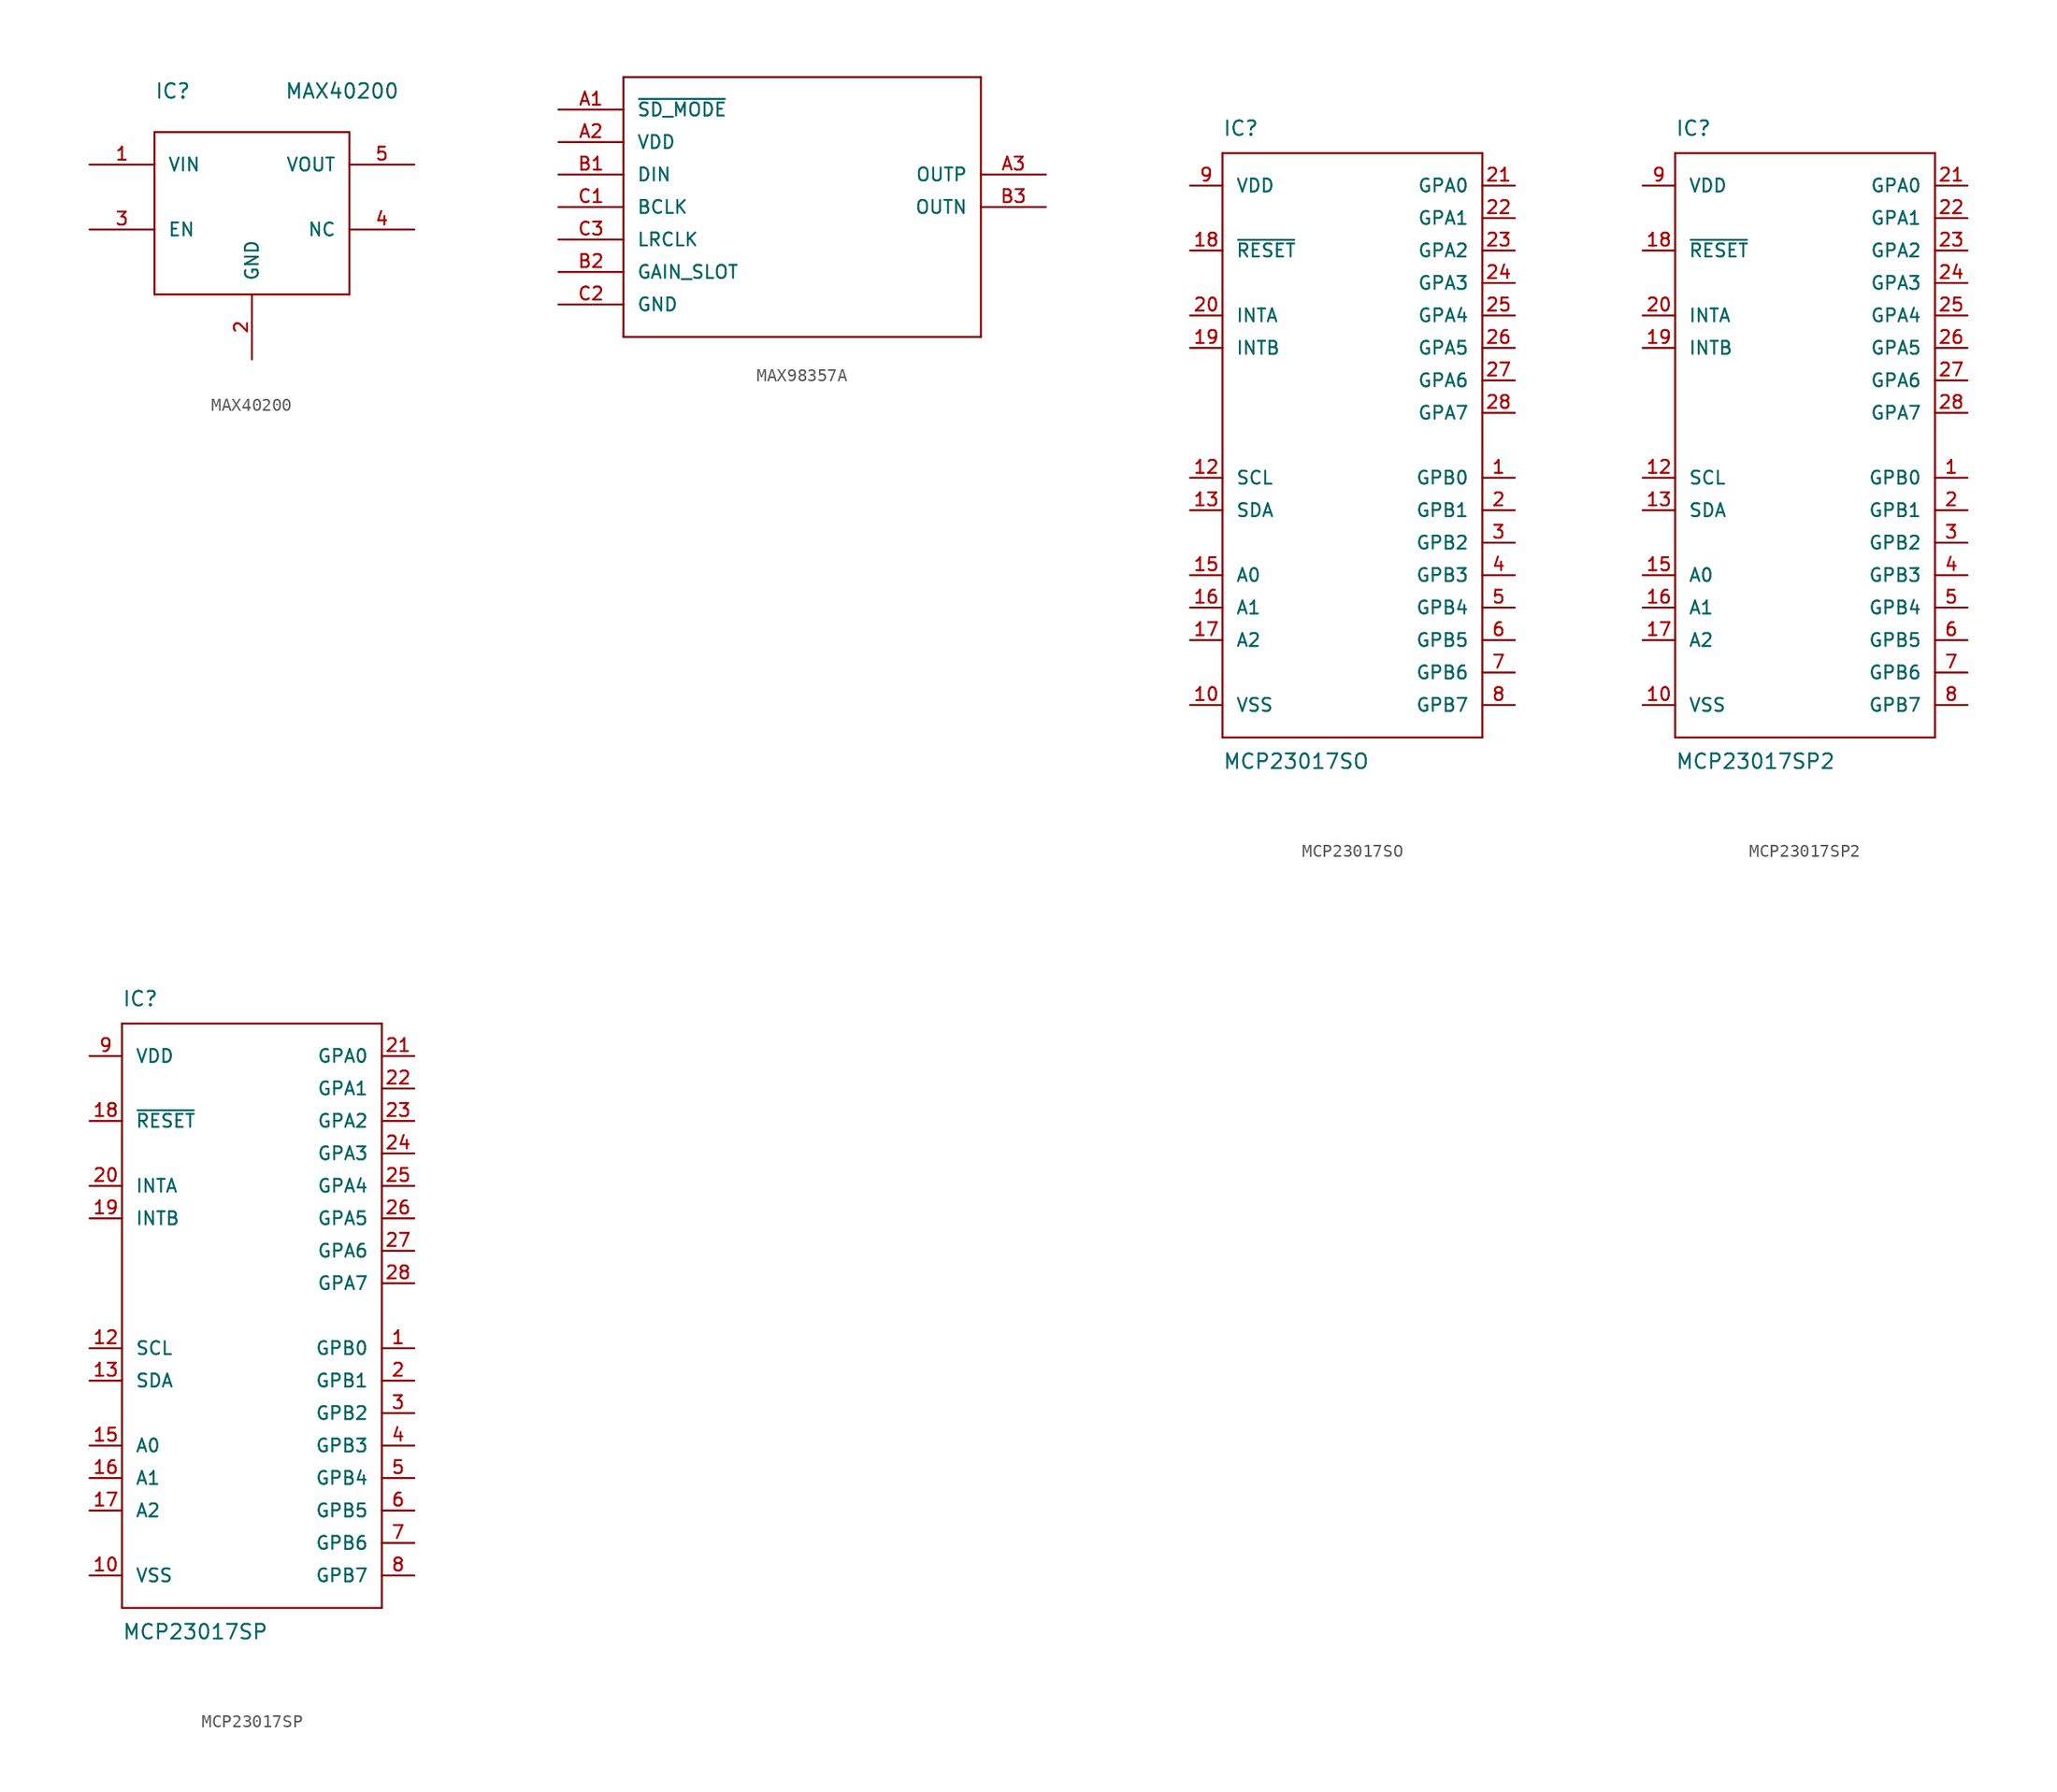
<source format=kicad_sym>
(kicad_symbol_lib
  (version 20211014)
  (generator kicad_symbol_editor)
  (symbol "MAX40200"
    (pin_names
      (offset 1.016))
    (property "Reference" "IC"
      (at -7.62 10.16 0)
      (effects (font (size 1.143 1.143)) (justify left bottom)))
    (property "Value" "MAX40200"
      (at 2.54 10.16 0)
      (effects (font (size 1.143 1.143)) (justify left bottom)))
    (property "ki_locked" ""
      (at 0 0 0)
      (effects (font (size 1.27 1.27))))
    (symbol "MAX40200_1_0"
      (polyline (pts (xy -7.62 -5.08) (xy 7.62 -5.08)) (stroke (width 0) (type default) (color 0 0 0 0)) (fill (type none)))
      (polyline (pts (xy -7.62 7.62) (xy -7.62 -5.08)) (stroke (width 0) (type default) (color 0 0 0 0)) (fill (type none)))
      (polyline (pts (xy 7.62 -5.08) (xy 7.62 7.62)) (stroke (width 0) (type default) (color 0 0 0 0)) (fill (type none)))
      (polyline (pts (xy 7.62 7.62) (xy -7.62 7.62)) (stroke (width 0) (type default) (color 0 0 0 0)) (fill (type none))))
    (symbol "MAX40200_1_1"
      (pin power_in line (at -12.7 5.08 0) (length 5.08) (name "VIN" (effects (font (size 1.016 1.016)))) (number "1" (effects (font (size 1.016 1.016)))))
      (pin power_in line (at 0 -10.16 90) (length 5.08) (name "GND" (effects (font (size 1.016 1.016)))) (number "2" (effects (font (size 1.016 1.016)))))
      (pin input line (at -12.7 0 0) (length 5.08) (name "EN" (effects (font (size 1.016 1.016)))) (number "3" (effects (font (size 1.016 1.016)))))
      (pin unspecified line (at 12.7 0 180) (length 5.08) (name "NC" (effects (font (size 1.016 1.016)))) (number "4" (effects (font (size 1.016 1.016)))))
      (pin power_in line (at 12.7 5.08 180) (length 5.08) (name "VOUT" (effects (font (size 1.016 1.016)))) (number "5" (effects (font (size 1.016 1.016)))))))
  (symbol "MAX98357A"
    (pin_names
      (offset 1.016))
    (property "Reference" "U"
      (at 0 0 0)
      (effects (font (size 1.143 1.143)) hide))
    (property "ki_locked" ""
      (at 0 0 0)
      (effects (font (size 1.27 1.27))))
    (symbol "MAX98357A_1_0"
      (polyline (pts (xy -12.7 -10.16) (xy 15.24 -10.16)) (stroke (width 0) (type default) (color 0 0 0 0)) (fill (type none)))
      (polyline (pts (xy -12.7 10.16) (xy -12.7 -10.16)) (stroke (width 0) (type default) (color 0 0 0 0)) (fill (type none)))
      (polyline (pts (xy 15.24 -10.16) (xy 15.24 10.16)) (stroke (width 0) (type default) (color 0 0 0 0)) (fill (type none)))
      (polyline (pts (xy 15.24 10.16) (xy -12.7 10.16)) (stroke (width 0) (type default) (color 0 0 0 0)) (fill (type none))))
    (symbol "MAX98357A_1_1"
      (pin bidirectional line (at -17.78 7.62 0) (length 5.08) (name "~{SD_MODE}" (effects (font (size 1.016 1.016)))) (number "A1" (effects (font (size 1.016 1.016)))))
      (pin bidirectional line (at -17.78 5.08 0) (length 5.08) (name "VDD" (effects (font (size 1.016 1.016)))) (number "A2" (effects (font (size 1.016 1.016)))))
      (pin bidirectional line (at 20.32 2.54 180) (length 5.08) (name "OUTP" (effects (font (size 1.016 1.016)))) (number "A3" (effects (font (size 1.016 1.016)))))
      (pin bidirectional line (at -17.78 2.54 0) (length 5.08) (name "DIN" (effects (font (size 1.016 1.016)))) (number "B1" (effects (font (size 1.016 1.016)))))
      (pin bidirectional line (at -17.78 -5.08 0) (length 5.08) (name "GAIN_SLOT" (effects (font (size 1.016 1.016)))) (number "B2" (effects (font (size 1.016 1.016)))))
      (pin bidirectional line (at 20.32 0 180) (length 5.08) (name "OUTN" (effects (font (size 1.016 1.016)))) (number "B3" (effects (font (size 1.016 1.016)))))
      (pin bidirectional line (at -17.78 0 0) (length 5.08) (name "BCLK" (effects (font (size 1.016 1.016)))) (number "C1" (effects (font (size 1.016 1.016)))))
      (pin bidirectional line (at -17.78 -7.62 0) (length 5.08) (name "GND" (effects (font (size 1.016 1.016)))) (number "C2" (effects (font (size 1.016 1.016)))))
      (pin bidirectional line (at -17.78 -2.54 0) (length 5.08) (name "LRCLK" (effects (font (size 1.016 1.016)))) (number "C3" (effects (font (size 1.016 1.016)))))))
  (symbol "MCP23017SO"
    (pin_names
      (offset 1.016))
    (property "Reference" "IC"
      (at -10.16 24.13 0)
      (effects (font (size 1.143 1.143)) (justify left bottom)))
    (property "Value" "MCP23017SO"
      (at -10.16 -25.4 0)
      (effects (font (size 1.143 1.143)) (justify left bottom)))
    (property "ki_locked" ""
      (at 0 0 0)
      (effects (font (size 1.27 1.27))))
    (symbol "MCP23017SO_1_0"
      (polyline (pts (xy -10.16 -22.86) (xy -10.16 22.86)) (stroke (width 0) (type default) (color 0 0 0 0)) (fill (type none)))
      (polyline (pts (xy -10.16 22.86) (xy 10.16 22.86)) (stroke (width 0) (type default) (color 0 0 0 0)) (fill (type none)))
      (polyline (pts (xy 10.16 -22.86) (xy -10.16 -22.86)) (stroke (width 0) (type default) (color 0 0 0 0)) (fill (type none)))
      (polyline (pts (xy 10.16 22.86) (xy 10.16 -22.86)) (stroke (width 0) (type default) (color 0 0 0 0)) (fill (type none))))
    (symbol "MCP23017SO_1_1"
      (pin bidirectional line (at 12.7 -2.54 180) (length 2.54) (name "GPB0" (effects (font (size 1.016 1.016)))) (number "1" (effects (font (size 1.016 1.016)))))
      (pin power_in line (at -12.7 -20.32 0) (length 2.54) (name "VSS" (effects (font (size 1.016 1.016)))) (number "10" (effects (font (size 1.016 1.016)))))
      (pin input line (at -12.7 -2.54 0) (length 2.54) (name "SCL" (effects (font (size 1.016 1.016)))) (number "12" (effects (font (size 1.016 1.016)))))
      (pin bidirectional line (at -12.7 -5.08 0) (length 2.54) (name "SDA" (effects (font (size 1.016 1.016)))) (number "13" (effects (font (size 1.016 1.016)))))
      (pin input line (at -12.7 -10.16 0) (length 2.54) (name "A0" (effects (font (size 1.016 1.016)))) (number "15" (effects (font (size 1.016 1.016)))))
      (pin input line (at -12.7 -12.7 0) (length 2.54) (name "A1" (effects (font (size 1.016 1.016)))) (number "16" (effects (font (size 1.016 1.016)))))
      (pin input line (at -12.7 -15.24 0) (length 2.54) (name "A2" (effects (font (size 1.016 1.016)))) (number "17" (effects (font (size 1.016 1.016)))))
      (pin input line (at -12.7 15.24 0) (length 2.54) (name "~{RESET}" (effects (font (size 1.016 1.016)))) (number "18" (effects (font (size 1.016 1.016)))))
      (pin output line (at -12.7 7.62 0) (length 2.54) (name "INTB" (effects (font (size 1.016 1.016)))) (number "19" (effects (font (size 1.016 1.016)))))
      (pin bidirectional line (at 12.7 -5.08 180) (length 2.54) (name "GPB1" (effects (font (size 1.016 1.016)))) (number "2" (effects (font (size 1.016 1.016)))))
      (pin output line (at -12.7 10.16 0) (length 2.54) (name "INTA" (effects (font (size 1.016 1.016)))) (number "20" (effects (font (size 1.016 1.016)))))
      (pin bidirectional line (at 12.7 20.32 180) (length 2.54) (name "GPA0" (effects (font (size 1.016 1.016)))) (number "21" (effects (font (size 1.016 1.016)))))
      (pin bidirectional line (at 12.7 17.78 180) (length 2.54) (name "GPA1" (effects (font (size 1.016 1.016)))) (number "22" (effects (font (size 1.016 1.016)))))
      (pin bidirectional line (at 12.7 15.24 180) (length 2.54) (name "GPA2" (effects (font (size 1.016 1.016)))) (number "23" (effects (font (size 1.016 1.016)))))
      (pin bidirectional line (at 12.7 12.7 180) (length 2.54) (name "GPA3" (effects (font (size 1.016 1.016)))) (number "24" (effects (font (size 1.016 1.016)))))
      (pin bidirectional line (at 12.7 10.16 180) (length 2.54) (name "GPA4" (effects (font (size 1.016 1.016)))) (number "25" (effects (font (size 1.016 1.016)))))
      (pin bidirectional line (at 12.7 7.62 180) (length 2.54) (name "GPA5" (effects (font (size 1.016 1.016)))) (number "26" (effects (font (size 1.016 1.016)))))
      (pin bidirectional line (at 12.7 5.08 180) (length 2.54) (name "GPA6" (effects (font (size 1.016 1.016)))) (number "27" (effects (font (size 1.016 1.016)))))
      (pin bidirectional line (at 12.7 2.54 180) (length 2.54) (name "GPA7" (effects (font (size 1.016 1.016)))) (number "28" (effects (font (size 1.016 1.016)))))
      (pin bidirectional line (at 12.7 -7.62 180) (length 2.54) (name "GPB2" (effects (font (size 1.016 1.016)))) (number "3" (effects (font (size 1.016 1.016)))))
      (pin bidirectional line (at 12.7 -10.16 180) (length 2.54) (name "GPB3" (effects (font (size 1.016 1.016)))) (number "4" (effects (font (size 1.016 1.016)))))
      (pin bidirectional line (at 12.7 -12.7 180) (length 2.54) (name "GPB4" (effects (font (size 1.016 1.016)))) (number "5" (effects (font (size 1.016 1.016)))))
      (pin bidirectional line (at 12.7 -15.24 180) (length 2.54) (name "GPB5" (effects (font (size 1.016 1.016)))) (number "6" (effects (font (size 1.016 1.016)))))
      (pin bidirectional line (at 12.7 -17.78 180) (length 2.54) (name "GPB6" (effects (font (size 1.016 1.016)))) (number "7" (effects (font (size 1.016 1.016)))))
      (pin bidirectional line (at 12.7 -20.32 180) (length 2.54) (name "GPB7" (effects (font (size 1.016 1.016)))) (number "8" (effects (font (size 1.016 1.016)))))
      (pin power_in line (at -12.7 20.32 0) (length 2.54) (name "VDD" (effects (font (size 1.016 1.016)))) (number "9" (effects (font (size 1.016 1.016)))))))
  (symbol "MCP23017SP2"
    (pin_names
      (offset 1.016))
    (property "Reference" "IC"
      (at -10.16 24.13 0)
      (effects (font (size 1.143 1.143)) (justify left bottom)))
    (property "Value" "MCP23017SP2"
      (at -10.16 -25.4 0)
      (effects (font (size 1.143 1.143)) (justify left bottom)))
    (property "ki_locked" ""
      (at 0 0 0)
      (effects (font (size 1.27 1.27))))
    (symbol "MCP23017SP2_1_0"
      (polyline (pts (xy -10.16 -22.86) (xy -10.16 22.86)) (stroke (width 0) (type default) (color 0 0 0 0)) (fill (type none)))
      (polyline (pts (xy -10.16 22.86) (xy 10.16 22.86)) (stroke (width 0) (type default) (color 0 0 0 0)) (fill (type none)))
      (polyline (pts (xy 10.16 -22.86) (xy -10.16 -22.86)) (stroke (width 0) (type default) (color 0 0 0 0)) (fill (type none)))
      (polyline (pts (xy 10.16 22.86) (xy 10.16 -22.86)) (stroke (width 0) (type default) (color 0 0 0 0)) (fill (type none))))
    (symbol "MCP23017SP2_1_1"
      (pin bidirectional line (at 12.7 -2.54 180) (length 2.54) (name "GPB0" (effects (font (size 1.016 1.016)))) (number "1" (effects (font (size 1.016 1.016)))))
      (pin power_in line (at -12.7 -20.32 0) (length 2.54) (name "VSS" (effects (font (size 1.016 1.016)))) (number "10" (effects (font (size 1.016 1.016)))))
      (pin input line (at -12.7 -2.54 0) (length 2.54) (name "SCL" (effects (font (size 1.016 1.016)))) (number "12" (effects (font (size 1.016 1.016)))))
      (pin bidirectional line (at -12.7 -5.08 0) (length 2.54) (name "SDA" (effects (font (size 1.016 1.016)))) (number "13" (effects (font (size 1.016 1.016)))))
      (pin input line (at -12.7 -10.16 0) (length 2.54) (name "A0" (effects (font (size 1.016 1.016)))) (number "15" (effects (font (size 1.016 1.016)))))
      (pin input line (at -12.7 -12.7 0) (length 2.54) (name "A1" (effects (font (size 1.016 1.016)))) (number "16" (effects (font (size 1.016 1.016)))))
      (pin input line (at -12.7 -15.24 0) (length 2.54) (name "A2" (effects (font (size 1.016 1.016)))) (number "17" (effects (font (size 1.016 1.016)))))
      (pin input line (at -12.7 15.24 0) (length 2.54) (name "~{RESET}" (effects (font (size 1.016 1.016)))) (number "18" (effects (font (size 1.016 1.016)))))
      (pin output line (at -12.7 7.62 0) (length 2.54) (name "INTB" (effects (font (size 1.016 1.016)))) (number "19" (effects (font (size 1.016 1.016)))))
      (pin bidirectional line (at 12.7 -5.08 180) (length 2.54) (name "GPB1" (effects (font (size 1.016 1.016)))) (number "2" (effects (font (size 1.016 1.016)))))
      (pin output line (at -12.7 10.16 0) (length 2.54) (name "INTA" (effects (font (size 1.016 1.016)))) (number "20" (effects (font (size 1.016 1.016)))))
      (pin bidirectional line (at 12.7 20.32 180) (length 2.54) (name "GPA0" (effects (font (size 1.016 1.016)))) (number "21" (effects (font (size 1.016 1.016)))))
      (pin bidirectional line (at 12.7 17.78 180) (length 2.54) (name "GPA1" (effects (font (size 1.016 1.016)))) (number "22" (effects (font (size 1.016 1.016)))))
      (pin bidirectional line (at 12.7 15.24 180) (length 2.54) (name "GPA2" (effects (font (size 1.016 1.016)))) (number "23" (effects (font (size 1.016 1.016)))))
      (pin bidirectional line (at 12.7 12.7 180) (length 2.54) (name "GPA3" (effects (font (size 1.016 1.016)))) (number "24" (effects (font (size 1.016 1.016)))))
      (pin bidirectional line (at 12.7 10.16 180) (length 2.54) (name "GPA4" (effects (font (size 1.016 1.016)))) (number "25" (effects (font (size 1.016 1.016)))))
      (pin bidirectional line (at 12.7 7.62 180) (length 2.54) (name "GPA5" (effects (font (size 1.016 1.016)))) (number "26" (effects (font (size 1.016 1.016)))))
      (pin bidirectional line (at 12.7 5.08 180) (length 2.54) (name "GPA6" (effects (font (size 1.016 1.016)))) (number "27" (effects (font (size 1.016 1.016)))))
      (pin bidirectional line (at 12.7 2.54 180) (length 2.54) (name "GPA7" (effects (font (size 1.016 1.016)))) (number "28" (effects (font (size 1.016 1.016)))))
      (pin bidirectional line (at 12.7 -7.62 180) (length 2.54) (name "GPB2" (effects (font (size 1.016 1.016)))) (number "3" (effects (font (size 1.016 1.016)))))
      (pin bidirectional line (at 12.7 -10.16 180) (length 2.54) (name "GPB3" (effects (font (size 1.016 1.016)))) (number "4" (effects (font (size 1.016 1.016)))))
      (pin bidirectional line (at 12.7 -12.7 180) (length 2.54) (name "GPB4" (effects (font (size 1.016 1.016)))) (number "5" (effects (font (size 1.016 1.016)))))
      (pin bidirectional line (at 12.7 -15.24 180) (length 2.54) (name "GPB5" (effects (font (size 1.016 1.016)))) (number "6" (effects (font (size 1.016 1.016)))))
      (pin bidirectional line (at 12.7 -17.78 180) (length 2.54) (name "GPB6" (effects (font (size 1.016 1.016)))) (number "7" (effects (font (size 1.016 1.016)))))
      (pin bidirectional line (at 12.7 -20.32 180) (length 2.54) (name "GPB7" (effects (font (size 1.016 1.016)))) (number "8" (effects (font (size 1.016 1.016)))))
      (pin power_in line (at -12.7 20.32 0) (length 2.54) (name "VDD" (effects (font (size 1.016 1.016)))) (number "9" (effects (font (size 1.016 1.016)))))))
  (symbol "MCP23017SP"
    (pin_names
      (offset 1.016))
    (property "Reference" "IC"
      (at -10.16 24.13 0)
      (effects (font (size 1.143 1.143)) (justify left bottom)))
    (property "Value" "MCP23017SP"
      (at -10.16 -25.4 0)
      (effects (font (size 1.143 1.143)) (justify left bottom)))
    (property "ki_locked" ""
      (at 0 0 0)
      (effects (font (size 1.27 1.27))))
    (symbol "MCP23017SP_1_0"
      (polyline (pts (xy -10.16 -22.86) (xy -10.16 22.86)) (stroke (width 0) (type default) (color 0 0 0 0)) (fill (type none)))
      (polyline (pts (xy -10.16 22.86) (xy 10.16 22.86)) (stroke (width 0) (type default) (color 0 0 0 0)) (fill (type none)))
      (polyline (pts (xy 10.16 -22.86) (xy -10.16 -22.86)) (stroke (width 0) (type default) (color 0 0 0 0)) (fill (type none)))
      (polyline (pts (xy 10.16 22.86) (xy 10.16 -22.86)) (stroke (width 0) (type default) (color 0 0 0 0)) (fill (type none))))
    (symbol "MCP23017SP_1_1"
      (pin bidirectional line (at 12.7 -2.54 180) (length 2.54) (name "GPB0" (effects (font (size 1.016 1.016)))) (number "1" (effects (font (size 1.016 1.016)))))
      (pin power_in line (at -12.7 -20.32 0) (length 2.54) (name "VSS" (effects (font (size 1.016 1.016)))) (number "10" (effects (font (size 1.016 1.016)))))
      (pin input line (at -12.7 -2.54 0) (length 2.54) (name "SCL" (effects (font (size 1.016 1.016)))) (number "12" (effects (font (size 1.016 1.016)))))
      (pin bidirectional line (at -12.7 -5.08 0) (length 2.54) (name "SDA" (effects (font (size 1.016 1.016)))) (number "13" (effects (font (size 1.016 1.016)))))
      (pin input line (at -12.7 -10.16 0) (length 2.54) (name "A0" (effects (font (size 1.016 1.016)))) (number "15" (effects (font (size 1.016 1.016)))))
      (pin input line (at -12.7 -12.7 0) (length 2.54) (name "A1" (effects (font (size 1.016 1.016)))) (number "16" (effects (font (size 1.016 1.016)))))
      (pin input line (at -12.7 -15.24 0) (length 2.54) (name "A2" (effects (font (size 1.016 1.016)))) (number "17" (effects (font (size 1.016 1.016)))))
      (pin input line (at -12.7 15.24 0) (length 2.54) (name "~{RESET}" (effects (font (size 1.016 1.016)))) (number "18" (effects (font (size 1.016 1.016)))))
      (pin output line (at -12.7 7.62 0) (length 2.54) (name "INTB" (effects (font (size 1.016 1.016)))) (number "19" (effects (font (size 1.016 1.016)))))
      (pin bidirectional line (at 12.7 -5.08 180) (length 2.54) (name "GPB1" (effects (font (size 1.016 1.016)))) (number "2" (effects (font (size 1.016 1.016)))))
      (pin output line (at -12.7 10.16 0) (length 2.54) (name "INTA" (effects (font (size 1.016 1.016)))) (number "20" (effects (font (size 1.016 1.016)))))
      (pin bidirectional line (at 12.7 20.32 180) (length 2.54) (name "GPA0" (effects (font (size 1.016 1.016)))) (number "21" (effects (font (size 1.016 1.016)))))
      (pin bidirectional line (at 12.7 17.78 180) (length 2.54) (name "GPA1" (effects (font (size 1.016 1.016)))) (number "22" (effects (font (size 1.016 1.016)))))
      (pin bidirectional line (at 12.7 15.24 180) (length 2.54) (name "GPA2" (effects (font (size 1.016 1.016)))) (number "23" (effects (font (size 1.016 1.016)))))
      (pin bidirectional line (at 12.7 12.7 180) (length 2.54) (name "GPA3" (effects (font (size 1.016 1.016)))) (number "24" (effects (font (size 1.016 1.016)))))
      (pin bidirectional line (at 12.7 10.16 180) (length 2.54) (name "GPA4" (effects (font (size 1.016 1.016)))) (number "25" (effects (font (size 1.016 1.016)))))
      (pin bidirectional line (at 12.7 7.62 180) (length 2.54) (name "GPA5" (effects (font (size 1.016 1.016)))) (number "26" (effects (font (size 1.016 1.016)))))
      (pin bidirectional line (at 12.7 5.08 180) (length 2.54) (name "GPA6" (effects (font (size 1.016 1.016)))) (number "27" (effects (font (size 1.016 1.016)))))
      (pin bidirectional line (at 12.7 2.54 180) (length 2.54) (name "GPA7" (effects (font (size 1.016 1.016)))) (number "28" (effects (font (size 1.016 1.016)))))
      (pin bidirectional line (at 12.7 -7.62 180) (length 2.54) (name "GPB2" (effects (font (size 1.016 1.016)))) (number "3" (effects (font (size 1.016 1.016)))))
      (pin bidirectional line (at 12.7 -10.16 180) (length 2.54) (name "GPB3" (effects (font (size 1.016 1.016)))) (number "4" (effects (font (size 1.016 1.016)))))
      (pin bidirectional line (at 12.7 -12.7 180) (length 2.54) (name "GPB4" (effects (font (size 1.016 1.016)))) (number "5" (effects (font (size 1.016 1.016)))))
      (pin bidirectional line (at 12.7 -15.24 180) (length 2.54) (name "GPB5" (effects (font (size 1.016 1.016)))) (number "6" (effects (font (size 1.016 1.016)))))
      (pin bidirectional line (at 12.7 -17.78 180) (length 2.54) (name "GPB6" (effects (font (size 1.016 1.016)))) (number "7" (effects (font (size 1.016 1.016)))))
      (pin bidirectional line (at 12.7 -20.32 180) (length 2.54) (name "GPB7" (effects (font (size 1.016 1.016)))) (number "8" (effects (font (size 1.016 1.016)))))
      (pin power_in line (at -12.7 20.32 0) (length 2.54) (name "VDD" (effects (font (size 1.016 1.016)))) (number "9" (effects (font (size 1.016 1.016))))))))
</source>
